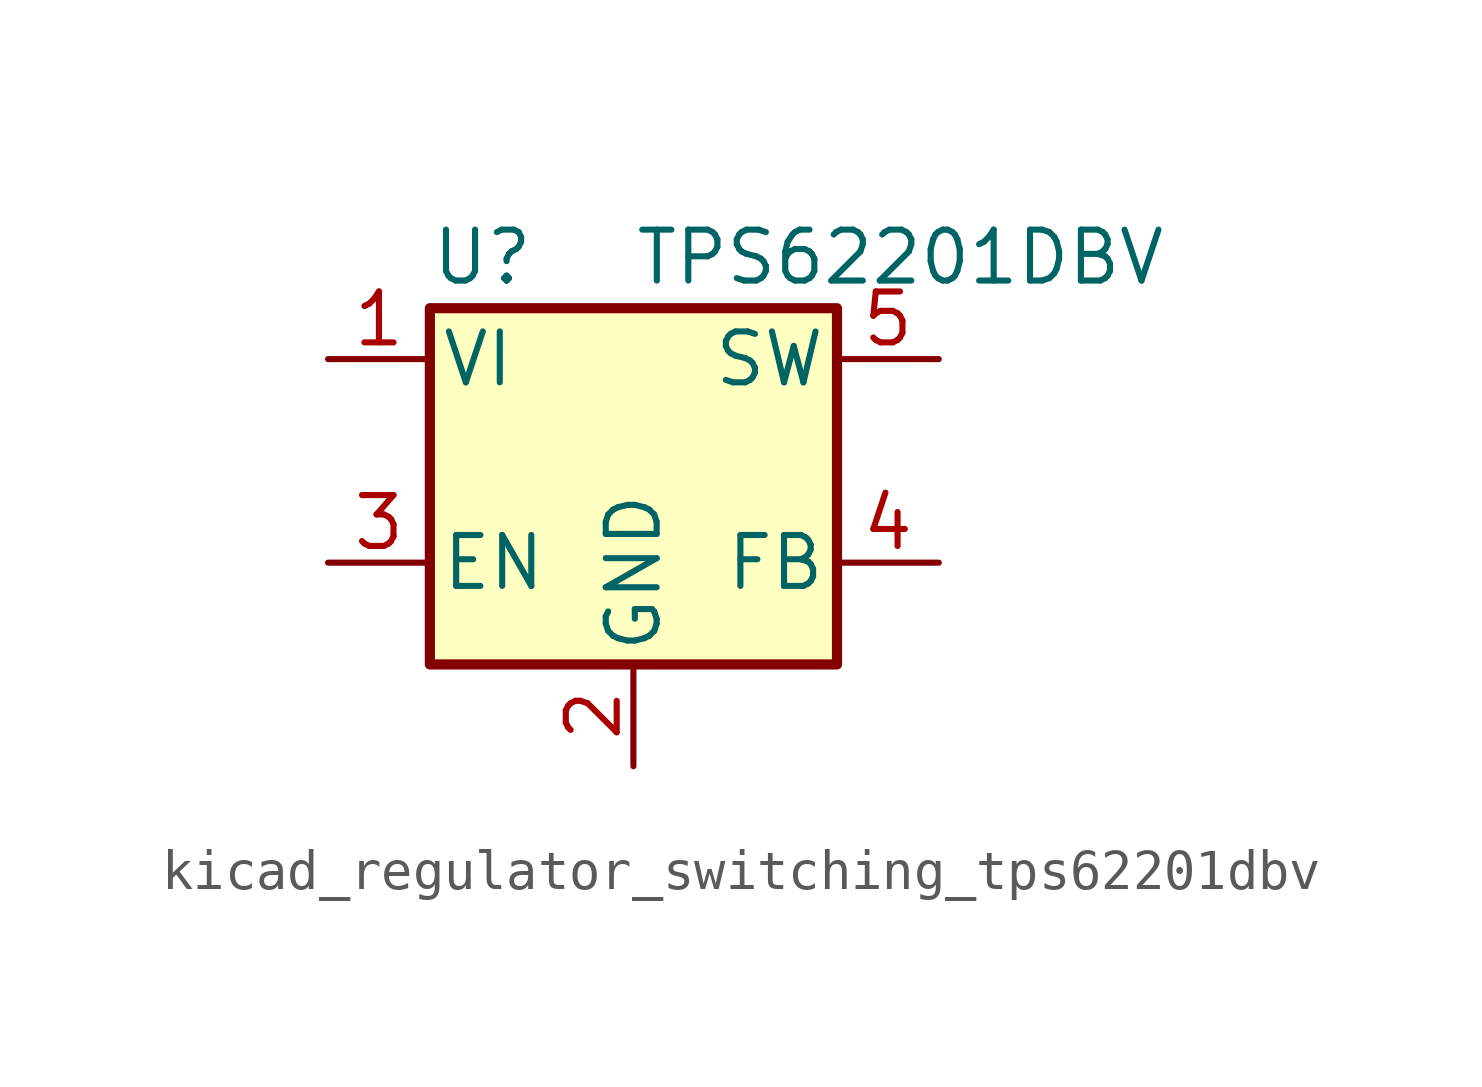
<source format=kicad_sym>
(kicad_symbol_lib
  (version 20220914)
  (generator kicad_symbol_editor)
  (symbol "kicad_regulator_switching_tps62201dbv"
    (pin_names
      (offset 0.254))
    (property "Reference" "U"
      (at -5.08 7.62 0)
      (effects (font (size 1.27 1.27)) (justify left)))
    (property "Value" "TPS62201DBV"
      (at 0 7.62 0)
      (effects (font (size 1.27 1.27)) (justify left)))
    (symbol "kicad_regulator_switching_tps62201dbv_0_1"
      (rectangle (start -5.08 6.35) (end 5.08 -2.54) (stroke (width 0.254) (type default)) (fill (type background))))
    (symbol "kicad_regulator_switching_tps62201dbv_1_1"
      (pin power_in line (at -7.62 5.08 0) (length 2.54) (name "VI" (effects (font (size 1.27 1.27)))) (number "1" (effects (font (size 1.27 1.27)))))
      (pin power_in line (at 0 -5.08 90) (length 2.54) (name "GND" (effects (font (size 1.27 1.27)))) (number "2" (effects (font (size 1.27 1.27)))))
      (pin input line (at -7.62 0 0) (length 2.54) (name "EN" (effects (font (size 1.27 1.27)))) (number "3" (effects (font (size 1.27 1.27)))))
      (pin input line (at 7.62 0 180) (length 2.54) (name "FB" (effects (font (size 1.27 1.27)))) (number "4" (effects (font (size 1.27 1.27)))))
      (pin output line (at 7.62 5.08 180) (length 2.54) (name "SW" (effects (font (size 1.27 1.27)))) (number "5" (effects (font (size 1.27 1.27))))))))
</source>
